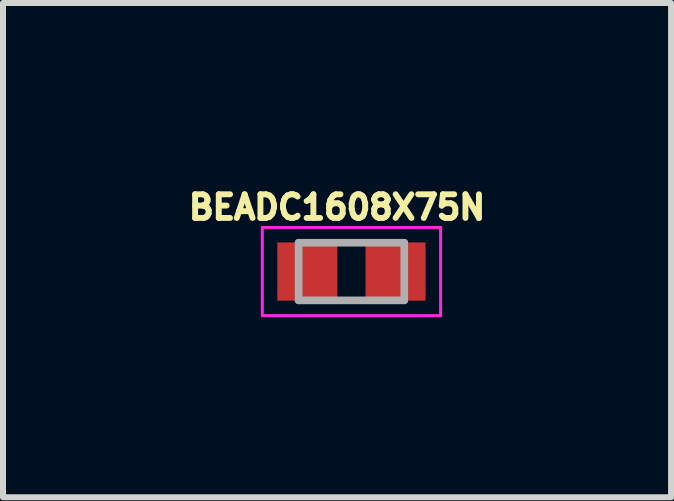
<source format=kicad_pcb>
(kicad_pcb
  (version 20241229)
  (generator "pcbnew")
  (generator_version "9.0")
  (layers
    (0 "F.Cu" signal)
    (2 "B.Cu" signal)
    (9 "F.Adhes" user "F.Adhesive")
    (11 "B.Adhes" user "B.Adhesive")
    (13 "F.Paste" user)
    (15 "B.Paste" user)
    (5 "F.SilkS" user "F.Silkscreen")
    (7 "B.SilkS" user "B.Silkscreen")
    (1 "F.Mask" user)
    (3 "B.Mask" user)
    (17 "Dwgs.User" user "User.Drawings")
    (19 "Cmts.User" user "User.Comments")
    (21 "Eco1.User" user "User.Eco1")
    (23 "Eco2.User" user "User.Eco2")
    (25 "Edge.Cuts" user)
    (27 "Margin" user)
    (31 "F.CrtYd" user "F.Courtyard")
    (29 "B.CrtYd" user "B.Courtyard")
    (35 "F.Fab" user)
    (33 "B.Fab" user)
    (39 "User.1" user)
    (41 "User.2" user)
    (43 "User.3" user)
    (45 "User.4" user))
  (footprint "BEADC1608X75N"
    (layer "F.Cu")
    (at 2.804 1.473)
    (property "Reference" "BEADC1608X75N" (at -0.24 -1.07 0) (layer "F.SilkS") (effects (font (size 0.394 0.394) (thickness 0.15))))
    (attr smd)
    (fp_line (start -1.485 -0.735) (end 1.485 -0.735) (stroke (width 0.05) (type solid)) (layer "F.CrtYd"))
    (fp_line (start -1.485 0.735) (end -1.485 -0.735) (stroke (width 0.05) (type solid)) (layer "F.CrtYd"))
    (fp_line (start -1.485 0.735) (end 1.485 0.735) (stroke (width 0.05) (type solid)) (layer "F.CrtYd"))
    (fp_line (start 1.485 0.735) (end 1.485 -0.735) (stroke (width 0.05) (type solid)) (layer "F.CrtYd"))
    (fp_line (start -0.88 0.48) (end -0.88 -0.48) (stroke (width 0.127) (type solid)) (layer "F.Fab"))
    (fp_line (start 0.88 -0.48) (end -0.88 -0.48) (stroke (width 0.127) (type solid)) (layer "F.Fab"))
    (fp_line (start 0.88 0.48) (end -0.88 0.48) (stroke (width 0.127) (type solid)) (layer "F.Fab"))
    (fp_line (start 0.88 0.48) (end 0.88 -0.48) (stroke (width 0.127) (type solid)) (layer "F.Fab"))
    (pad "1" smd rect (at -0.735 0) (size 1 0.97) (layers "F.Cu" "F.Mask" "F.Paste"))
    (pad "2" smd rect (at 0.735 0) (size 1 0.97) (layers "F.Cu" "F.Mask" "F.Paste")))
  (gr_rect
    (start -3 -3)
    (end 8.128 5.233)
    (stroke (width 0.1) (type default))
    (fill no)
    (layer "Edge.Cuts")))
</source>
